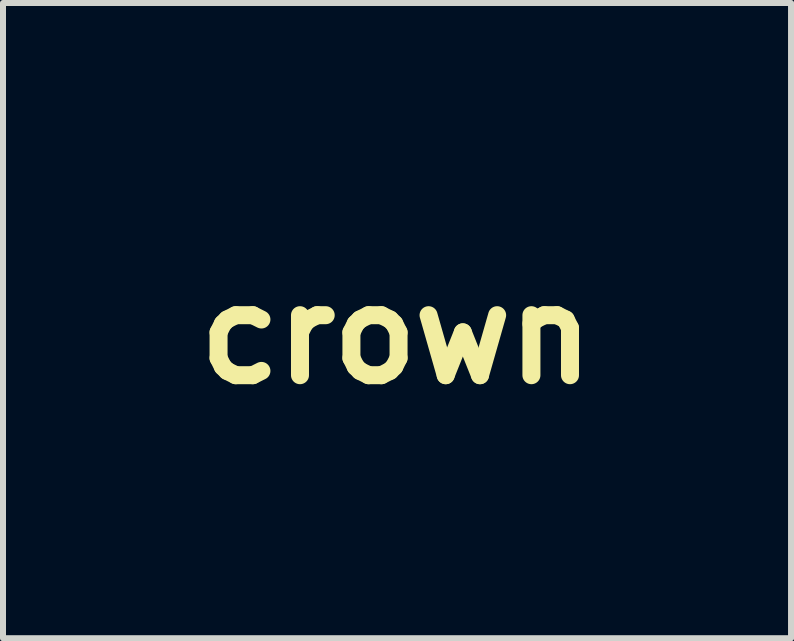
<source format=kicad_pcb>
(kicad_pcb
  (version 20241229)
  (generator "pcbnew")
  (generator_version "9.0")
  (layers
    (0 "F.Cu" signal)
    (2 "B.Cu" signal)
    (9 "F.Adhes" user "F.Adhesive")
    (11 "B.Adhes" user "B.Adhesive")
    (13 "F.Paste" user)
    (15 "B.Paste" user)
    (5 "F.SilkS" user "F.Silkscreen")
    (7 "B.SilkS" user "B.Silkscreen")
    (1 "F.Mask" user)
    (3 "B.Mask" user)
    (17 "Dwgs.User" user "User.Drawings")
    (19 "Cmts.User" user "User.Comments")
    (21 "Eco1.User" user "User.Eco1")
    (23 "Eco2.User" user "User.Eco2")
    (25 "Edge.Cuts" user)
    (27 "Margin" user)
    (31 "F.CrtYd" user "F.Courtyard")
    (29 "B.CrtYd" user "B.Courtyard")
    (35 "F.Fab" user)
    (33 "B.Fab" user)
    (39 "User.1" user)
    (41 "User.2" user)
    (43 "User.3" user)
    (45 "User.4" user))
  (footprint "crown"
    (layer "F.Cu")
    (at 3.557 2.525)
    (property "Reference" "crown" (at 0 0 0) (layer "F.SilkS") (effects (font (size 1.5 1.5) (thickness 0.3))))
    (attr board_only exclude_from_pos_files exclude_from_bom)
    (fp_poly (pts (xy 0.115 -2.52) (xy 0.247 -2.491) (xy 0.329 -2.457) (xy 0.448 -2.379) (xy 0.546 -2.28) (xy 0.622 -2.164) (xy 0.673 -2.035) (xy 0.7 -1.899) (xy 0.699 -1.759) (xy 0.669 -1.622) (xy 0.638 -1.546) (xy 0.604 -1.485) (xy 0.562 -1.424) (xy 0.516 -1.369) (xy 0.472 -1.326) (xy 0.436 -1.301) (xy 0.414 -1.297) (xy 0.392 -1.292) (xy 0.387 -1.284) (xy 0.368 -1.265) (xy 0.33 -1.241) (xy 0.3 -1.225) (xy 0.235 -1.205) (xy 0.148 -1.189) (xy 0.051 -1.181) (xy -0.048 -1.179) (xy -0.137 -1.186) (xy -0.196 -1.197) (xy -0.316 -1.247) (xy -0.429 -1.322) (xy -0.439 -1.331) (xy 0.425 -1.331) (xy 0.433 -1.323) (xy 0.441 -1.331) (xy 0.433 -1.339) (xy 0.425 -1.331) (xy -0.439 -1.331) (xy -0.527 -1.416) (xy -0.604 -1.523) (xy -0.632 -1.58) (xy -0.66 -1.682) (xy -0.671 -1.8) (xy -0.664 -1.925) (xy -0.642 -2.047) (xy -0.603 -2.155) (xy -0.591 -2.178) (xy -0.545 -2.245) (xy -0.479 -2.317) (xy -0.404 -2.386) (xy -0.329 -2.441) (xy -0.286 -2.465) (xy -0.161 -2.507) (xy -0.024 -2.525)) (stroke (width 0) (type solid)) (fill yes) (layer "F.Mask"))
    (fp_poly (pts (xy 3.066 -1.803) (xy 3.122 -1.799) (xy 3.166 -1.789) (xy 3.211 -1.772) (xy 3.237 -1.759) (xy 3.358 -1.683) (xy 3.454 -1.588) (xy 3.524 -1.475) (xy 3.565 -1.348) (xy 3.577 -1.226) (xy 3.575 -1.153) (xy 3.567 -1.099) (xy 3.549 -1.048) (xy 3.528 -1.003) (xy 3.449 -0.879) (xy 3.351 -0.781) (xy 3.229 -0.704) (xy 3.21 -0.695) (xy 3.152 -0.677) (xy 3.075 -0.664) (xy 2.99 -0.658) (xy 2.911 -0.659) (xy 2.85 -0.668) (xy 2.785 -0.689) (xy 2.732 -0.715) (xy 2.68 -0.752) (xy 2.655 -0.776) (xy 2.663 -0.776) (xy 2.671 -0.768) (xy 2.679 -0.776) (xy 2.671 -0.784) (xy 2.663 -0.776) (xy 2.655 -0.776) (xy 2.62 -0.807) (xy 2.607 -0.821) (xy 2.572 -0.858) (xy 3.381 -0.858) (xy 3.389 -0.849) (xy 3.398 -0.858) (xy 3.389 -0.866) (xy 3.381 -0.858) (xy 2.572 -0.858) (xy 2.542 -0.89) (xy 2.499 -0.952) (xy 2.469 -1.015) (xy 2.445 -1.094) (xy 2.428 -1.172) (xy 2.42 -1.241) (xy 2.423 -1.291) (xy 2.426 -1.302) (xy 2.439 -1.342) (xy 2.445 -1.372) (xy 2.469 -1.451) (xy 2.513 -1.536) (xy 2.569 -1.617) (xy 2.631 -1.68) (xy 2.635 -1.683) (xy 2.706 -1.736) (xy 2.768 -1.771) (xy 2.831 -1.792) (xy 2.906 -1.801) (xy 2.989 -1.804)) (stroke (width 0) (type solid)) (fill yes) (layer "F.Mask"))
    (fp_poly (pts (xy -2.905 -1.806) (xy -2.84 -1.799) (xy -2.783 -1.788) (xy -2.743 -1.776) (xy -2.728 -1.764) (xy -2.728 -1.764) (xy -2.714 -1.751) (xy -2.689 -1.742) (xy -2.65 -1.721) (xy -2.602 -1.679) (xy -2.551 -1.624) (xy -2.503 -1.562) (xy -2.464 -1.503) (xy -2.444 -1.459) (xy -2.411 -1.313) (xy -2.409 -1.173) (xy -2.436 -1.041) (xy -2.493 -0.92) (xy -2.577 -0.813) (xy -2.63 -0.765) (xy -2.723 -0.709) (xy -2.834 -0.672) (xy -2.952 -0.656) (xy -3.067 -0.662) (xy -3.128 -0.676) (xy -3.241 -0.723) (xy -3.338 -0.788) (xy -3.344 -0.792) (xy -3.316 -0.792) (xy -3.308 -0.784) (xy -3.3 -0.792) (xy -3.308 -0.8) (xy -3.316 -0.792) (xy -3.344 -0.792) (xy -3.367 -0.812) (xy -3.418 -0.866) (xy -3.46 -0.923) (xy -2.548 -0.923) (xy -2.54 -0.915) (xy -2.532 -0.923) (xy -2.54 -0.931) (xy -2.548 -0.923) (xy -3.46 -0.923) (xy -3.466 -0.931) (xy -3.503 -0.994) (xy -3.52 -1.04) (xy -3.54 -1.121) (xy -3.551 -1.18) (xy -3.557 -1.223) (xy -3.556 -1.26) (xy -3.55 -1.298) (xy -3.545 -1.322) (xy -3.501 -1.457) (xy -3.434 -1.575) (xy -3.374 -1.642) (xy -3.349 -1.642) (xy -3.34 -1.633) (xy -3.332 -1.642) (xy -3.34 -1.65) (xy -3.349 -1.642) (xy -3.374 -1.642) (xy -3.346 -1.672) (xy -3.242 -1.746) (xy -3.21 -1.759) (xy -3.147 -1.759) (xy -3.145 -1.749) (xy -3.136 -1.748) (xy -3.123 -1.754) (xy -3.124 -1.756) (xy -2.777 -1.756) (xy -2.769 -1.748) (xy -2.761 -1.756) (xy -2.769 -1.764) (xy -2.777 -1.756) (xy -3.124 -1.756) (xy -3.125 -1.759) (xy -3.145 -1.761) (xy -3.147 -1.759) (xy -3.21 -1.759) (xy -3.123 -1.793) (xy -3.028 -1.809) (xy -2.97 -1.81)) (stroke (width 0) (type solid)) (fill yes) (layer "F.Mask"))
    (fp_poly (pts (xy 0.067 -0.532) (xy 0.092 -0.502) (xy 0.108 -0.476) (xy 0.14 -0.426) (xy 0.184 -0.355) (xy 0.239 -0.268) (xy 0.303 -0.167) (xy 0.372 -0.056) (xy 0.432 0.041) (xy 0.505 0.156) (xy 0.573 0.265) (xy 0.634 0.362) (xy 0.686 0.445) (xy 0.727 0.51) (xy 0.755 0.554) (xy 0.767 0.572) (xy 0.786 0.601) (xy 0.818 0.651) (xy 0.858 0.716) (xy 0.903 0.787) (xy 0.906 0.792) (xy 0.963 0.884) (xy 1.02 0.975) (xy 1.083 1.074) (xy 1.154 1.186) (xy 1.238 1.318) (xy 1.247 1.332) (xy 1.275 1.373) (xy 1.297 1.399) (xy 1.305 1.405) (xy 1.319 1.394) (xy 1.353 1.363) (xy 1.405 1.315) (xy 1.47 1.253) (xy 1.547 1.179) (xy 1.631 1.097) (xy 1.642 1.087) (xy 1.73 1.001) (xy 1.813 0.922) (xy 1.887 0.852) (xy 1.948 0.795) (xy 1.994 0.754) (xy 2.021 0.732) (xy 2.021 0.731) (xy 2.055 0.703) (xy 2.073 0.679) (xy 2.074 0.675) (xy 2.085 0.653) (xy 2.09 0.651) (xy 2.105 0.638) (xy 2.142 0.604) (xy 2.199 0.552) (xy 2.274 0.481) (xy 2.365 0.395) (xy 2.469 0.296) (xy 2.586 0.184) (xy 2.713 0.062) (xy 2.82 -0.041) (xy 2.842 -0.041) (xy 2.85 -0.033) (xy 2.859 -0.041) (xy 2.85 -0.049) (xy 2.842 -0.041) (xy 2.82 -0.041) (xy 2.849 -0.069) (xy 2.866 -0.086) (xy 2.922 -0.137) (xy 2.971 -0.178) (xy 3.008 -0.205) (xy 3.026 -0.212) (xy 3.035 -0.212) (xy 3.042 -0.207) (xy 3.046 -0.195) (xy 3.049 -0.172) (xy 3.049 -0.136) (xy 3.047 -0.081) (xy 3.042 -0.006) (xy 3.035 0.093) (xy 3.026 0.22) (xy 3.021 0.286) (xy 3.015 0.377) (xy 3.008 0.489) (xy 3 0.611) (xy 2.992 0.733) (xy 2.988 0.8) (xy 2.982 0.915) (xy 2.974 1.034) (xy 2.966 1.149) (xy 2.959 1.249) (xy 2.956 1.299) (xy 2.949 1.386) (xy 2.941 1.494) (xy 2.933 1.612) (xy 2.924 1.728) (xy 2.921 1.776) (xy 2.914 1.881) (xy 2.908 1.957) (xy 2.9 2.008) (xy 2.889 2.04) (xy 2.871 2.054) (xy 2.845 2.057) (xy 2.808 2.051) (xy 2.764 2.043) (xy 2.715 2.035) (xy 2.637 2.026) (xy 2.535 2.015) (xy 2.414 2.003) (xy 2.277 1.991) (xy 2.13 1.978) (xy 1.976 1.965) (xy 1.821 1.953) (xy 1.8 1.952) (xy 2.205 1.952) (xy 2.213 1.96) (xy 2.221 1.952) (xy 2.213 1.944) (xy 2.205 1.952) (xy 1.8 1.952) (xy 1.667 1.942) (xy 1.576 1.936) (xy 1.096 1.909) (xy 0.631 1.891) (xy 0.175 1.883) (xy -0.282 1.885) (xy -0.748 1.897) (xy -1.23 1.918) (xy -1.625 1.942) (xy -1.815 1.955) (xy -1.976 1.967) (xy -2.115 1.977) (xy -2.237 1.987) (xy -2.345 1.997) (xy -2.445 2.007) (xy -2.543 2.018) (xy -2.642 2.031) (xy -2.748 2.045) (xy -2.795 2.051) (xy -2.871 2.062) (xy -2.88 1.999) (xy -2.883 1.968) (xy -2.885 1.952) (xy -2.254 1.952) (xy -2.246 1.96) (xy -2.238 1.952) (xy -2.246 1.944) (xy -2.254 1.952) (xy -2.885 1.952) (xy -2.888 1.908) (xy -2.894 1.825) (xy -2.901 1.722) (xy -2.909 1.604) (xy -2.917 1.475) (xy -2.923 1.388) (xy -2.932 1.23) (xy -2.943 1.058) (xy -2.949 0.972) (xy -1.78 0.972) (xy -1.772 0.98) (xy -1.764 0.972) (xy -1.772 0.964) (xy -1.78 0.972) (xy -2.949 0.972) (xy -2.951 0.939) (xy -1.813 0.939) (xy -1.805 0.947) (xy -1.797 0.939) (xy -1.805 0.931) (xy -1.813 0.939) (xy -2.951 0.939) (xy -2.955 0.881) (xy -2.967 0.708) (xy -2.978 0.549) (xy -2.988 0.412) (xy -2.989 0.4) (xy -3 0.242) (xy -3.01 0.113) (xy -3.016 0.011) (xy -3.02 -0.068) (xy -3.021 -0.126) (xy -3.02 -0.166) (xy -3.016 -0.191) (xy -3.009 -0.205) (xy -3 -0.21) (xy -2.991 -0.209) (xy -2.972 -0.197) (xy -2.932 -0.165) (xy -2.876 -0.116) (xy -2.807 -0.053) (xy -2.728 0.02) (xy -2.647 0.098) (xy -2.557 0.184) (xy -2.47 0.268) (xy -2.39 0.345) (xy -2.321 0.411) (xy -2.267 0.463) (xy -2.239 0.49) (xy -2.076 0.646) (xy -1.936 0.781) (xy -1.815 0.897) (xy -1.713 0.995) (xy -1.628 1.077) (xy -1.557 1.145) (xy -1.5 1.201) (xy -1.454 1.246) (xy -1.417 1.282) (xy -1.396 1.303) (xy -1.348 1.348) (xy -1.308 1.383) (xy -1.282 1.403) (xy -1.277 1.405) (xy -1.26 1.392) (xy -1.234 1.358) (xy -1.209 1.319) (xy -1.183 1.275) (xy -1.143 1.211) (xy -1.094 1.134) (xy -1.041 1.05) (xy -1.012 1.005) (xy -0.939 0.89) (xy -0.882 0.8) (xy -0.849 0.8) (xy -0.843 0.814) (xy -0.839 0.811) (xy -0.837 0.792) (xy -0.839 0.789) (xy -0.848 0.792) (xy -0.849 0.8) (xy -0.882 0.8) (xy -0.879 0.796) (xy -0.828 0.714) (xy -0.781 0.638) (xy -0.747 0.58) (xy -0.724 0.544) (xy -0.694 0.501) (xy -0.693 0.498) (xy -0.66 0.448) (xy -0.63 0.395) (xy -0.63 0.394) (xy -0.607 0.352) (xy -0.589 0.323) (xy -0.586 0.32) (xy -0.57 0.297) (xy -0.543 0.258) (xy -0.511 0.209) (xy -0.478 0.158) (xy -0.449 0.114) (xy -0.43 0.082) (xy -0.425 0.072) (xy -0.416 0.054) (xy -0.393 0.015) (xy -0.36 -0.037) (xy -0.32 -0.098) (xy -0.278 -0.16) (xy -0.241 -0.214) (xy -0.214 -0.254) (xy -0.198 -0.284) (xy -0.196 -0.291) (xy -0.187 -0.311) (xy -0.164 -0.346) (xy -0.147 -0.369) (xy -0.119 -0.409) (xy -0.101 -0.438) (xy -0.098 -0.447) (xy -0.089 -0.468) (xy -0.068 -0.503) (xy -0.064 -0.508) (xy -0.022 -0.547) (xy 0.023 -0.555)) (stroke (width 0) (type solid)) (fill yes) (layer "F.Mask")))
  (gr_rect
    (start -3 -3)
    (end 10.134 7.587)
    (stroke (width 0.1) (type default))
    (fill no)
    (layer "Edge.Cuts")))
</source>
